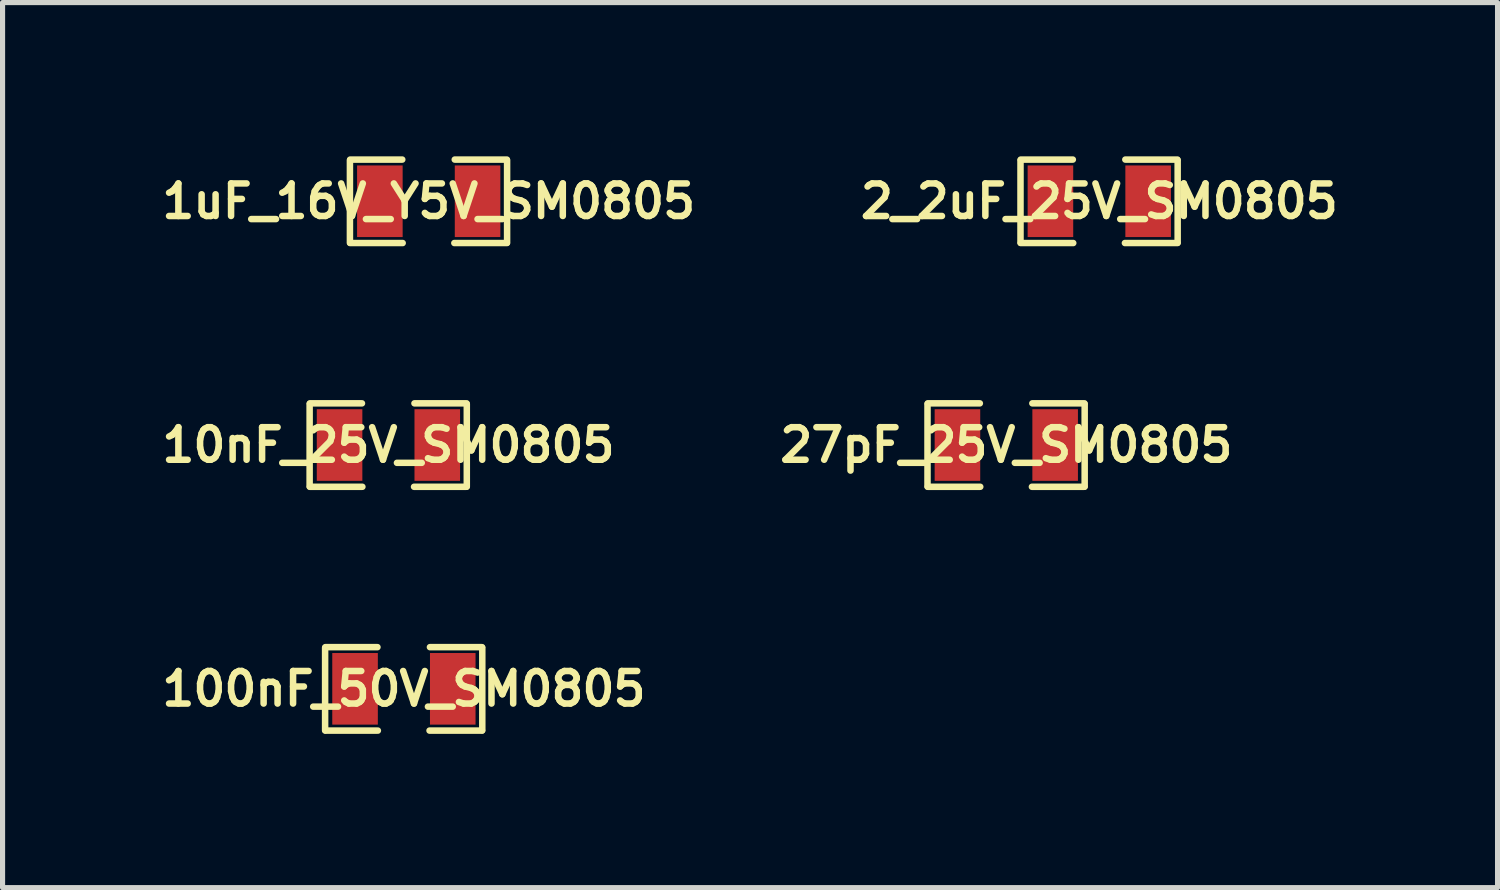
<source format=kicad_pcb>
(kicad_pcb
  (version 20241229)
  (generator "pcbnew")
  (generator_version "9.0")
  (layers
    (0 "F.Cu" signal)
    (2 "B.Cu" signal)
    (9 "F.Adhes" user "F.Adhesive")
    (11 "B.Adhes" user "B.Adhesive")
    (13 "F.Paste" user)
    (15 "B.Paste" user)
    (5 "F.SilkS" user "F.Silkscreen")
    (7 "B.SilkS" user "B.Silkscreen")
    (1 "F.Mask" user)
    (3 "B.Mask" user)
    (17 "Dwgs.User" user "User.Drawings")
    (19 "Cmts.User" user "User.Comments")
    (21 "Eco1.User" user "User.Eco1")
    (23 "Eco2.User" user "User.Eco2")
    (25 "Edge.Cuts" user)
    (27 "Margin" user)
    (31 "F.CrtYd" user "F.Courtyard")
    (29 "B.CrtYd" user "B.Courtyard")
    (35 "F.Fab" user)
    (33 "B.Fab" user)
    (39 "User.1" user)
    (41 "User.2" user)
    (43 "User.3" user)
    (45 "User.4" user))
  (footprint "100nF_50V_SM0805"
    (layer "F.Cu")
    (at 4.829 10.387)
    (property "Reference" "100nF_50V_SM0805" (at 0 0 0) (layer "F.SilkS") (effects (font (size 0.635 0.635) (thickness 0.127))))
    (attr smd)
    (fp_line (start -1.537 0.81) (end -1.537 -0.8) (stroke (width 0.127) (type solid)) (layer "F.SilkS"))
    (fp_line (start -1.532 0.815) (end -0.508 0.815) (stroke (width 0.127) (type solid)) (layer "F.SilkS"))
    (fp_line (start -0.516 -0.813) (end -1.532 -0.813) (stroke (width 0.127) (type solid)) (layer "F.SilkS"))
    (fp_line (start 0.508 -0.813) (end 1.524 -0.813) (stroke (width 0.127) (type solid)) (layer "F.SilkS"))
    (fp_line (start 1.524 0.815) (end 0.5 0.815) (stroke (width 0.127) (type solid)) (layer "F.SilkS"))
    (fp_line (start 1.529 0.81) (end 1.529 -0.8) (stroke (width 0.127) (type solid)) (layer "F.SilkS"))
    (pad "1" smd rect (at -0.953 0) (size 0.889 1.397) (layers "F.Cu" "F.Mask" "F.Paste"))
    (pad "2" smd rect (at 0.953 0) (size 0.889 1.397) (layers "F.Cu" "F.Mask" "F.Paste")))
  (footprint "10nF_25V_SM0805"
    (layer "F.Cu")
    (at 4.527 5.631)
    (property "Reference" "10nF_25V_SM0805" (at 0 0 0) (layer "F.SilkS") (effects (font (size 0.635 0.635) (thickness 0.127))))
    (attr smd)
    (fp_line (start -1.537 0.81) (end -1.537 -0.8) (stroke (width 0.127) (type solid)) (layer "F.SilkS"))
    (fp_line (start -1.532 0.815) (end -0.508 0.815) (stroke (width 0.127) (type solid)) (layer "F.SilkS"))
    (fp_line (start -0.516 -0.813) (end -1.532 -0.813) (stroke (width 0.127) (type solid)) (layer "F.SilkS"))
    (fp_line (start 0.508 -0.813) (end 1.524 -0.813) (stroke (width 0.127) (type solid)) (layer "F.SilkS"))
    (fp_line (start 1.524 0.815) (end 0.5 0.815) (stroke (width 0.127) (type solid)) (layer "F.SilkS"))
    (fp_line (start 1.529 0.81) (end 1.529 -0.8) (stroke (width 0.127) (type solid)) (layer "F.SilkS"))
    (pad "1" smd rect (at -0.953 0) (size 0.889 1.397) (layers "F.Cu" "F.Mask" "F.Paste"))
    (pad "2" smd rect (at 0.953 0) (size 0.889 1.397) (layers "F.Cu" "F.Mask" "F.Paste")))
  (footprint "27pF_25V_SM0805"
    (layer "F.Cu")
    (at 16.58 5.631)
    (property "Reference" "27pF_25V_SM0805" (at 0 0 0) (layer "F.SilkS") (effects (font (size 0.635 0.635) (thickness 0.127))))
    (attr smd)
    (fp_line (start -1.537 0.81) (end -1.537 -0.8) (stroke (width 0.127) (type solid)) (layer "F.SilkS"))
    (fp_line (start -1.532 0.815) (end -0.508 0.815) (stroke (width 0.127) (type solid)) (layer "F.SilkS"))
    (fp_line (start -0.516 -0.813) (end -1.532 -0.813) (stroke (width 0.127) (type solid)) (layer "F.SilkS"))
    (fp_line (start 0.508 -0.813) (end 1.524 -0.813) (stroke (width 0.127) (type solid)) (layer "F.SilkS"))
    (fp_line (start 1.524 0.815) (end 0.5 0.815) (stroke (width 0.127) (type solid)) (layer "F.SilkS"))
    (fp_line (start 1.529 0.81) (end 1.529 -0.8) (stroke (width 0.127) (type solid)) (layer "F.SilkS"))
    (pad "1" smd rect (at -0.953 0) (size 0.889 1.397) (layers "F.Cu" "F.Mask" "F.Paste"))
    (pad "2" smd rect (at 0.953 0) (size 0.889 1.397) (layers "F.Cu" "F.Mask" "F.Paste")))
  (footprint "1uF_16V_Y5V_SM0805"
    (layer "F.Cu")
    (at 5.313 0.876)
    (property "Reference" "1uF_16V_Y5V_SM0805" (at 0 0 0) (layer "F.SilkS") (effects (font (size 0.635 0.635) (thickness 0.127))))
    (attr smd)
    (fp_line (start -1.537 0.81) (end -1.537 -0.8) (stroke (width 0.127) (type solid)) (layer "F.SilkS"))
    (fp_line (start -1.532 0.815) (end -0.508 0.815) (stroke (width 0.127) (type solid)) (layer "F.SilkS"))
    (fp_line (start -0.516 -0.813) (end -1.532 -0.813) (stroke (width 0.127) (type solid)) (layer "F.SilkS"))
    (fp_line (start 0.508 -0.813) (end 1.524 -0.813) (stroke (width 0.127) (type solid)) (layer "F.SilkS"))
    (fp_line (start 1.524 0.815) (end 0.5 0.815) (stroke (width 0.127) (type solid)) (layer "F.SilkS"))
    (fp_line (start 1.529 0.81) (end 1.529 -0.8) (stroke (width 0.127) (type solid)) (layer "F.SilkS"))
    (pad "1" smd rect (at -0.953 0) (size 0.889 1.397) (layers "F.Cu" "F.Mask" "F.Paste"))
    (pad "2" smd rect (at 0.953 0) (size 0.889 1.397) (layers "F.Cu" "F.Mask" "F.Paste")))
  (footprint "2_2uF_25V_SM0805"
    (layer "F.Cu")
    (at 18.394 0.876)
    (property "Reference" "2_2uF_25V_SM0805" (at 0 0 0) (layer "F.SilkS") (effects (font (size 0.635 0.635) (thickness 0.127))))
    (attr smd)
    (fp_line (start -1.537 0.81) (end -1.537 -0.8) (stroke (width 0.127) (type solid)) (layer "F.SilkS"))
    (fp_line (start -1.532 0.815) (end -0.508 0.815) (stroke (width 0.127) (type solid)) (layer "F.SilkS"))
    (fp_line (start -0.516 -0.813) (end -1.532 -0.813) (stroke (width 0.127) (type solid)) (layer "F.SilkS"))
    (fp_line (start 0.508 -0.813) (end 1.524 -0.813) (stroke (width 0.127) (type solid)) (layer "F.SilkS"))
    (fp_line (start 1.524 0.815) (end 0.5 0.815) (stroke (width 0.127) (type solid)) (layer "F.SilkS"))
    (fp_line (start 1.529 0.81) (end 1.529 -0.8) (stroke (width 0.127) (type solid)) (layer "F.SilkS"))
    (pad "1" smd rect (at -0.953 0) (size 0.889 1.397) (layers "F.Cu" "F.Mask" "F.Paste"))
    (pad "2" smd rect (at 0.953 0) (size 0.889 1.397) (layers "F.Cu" "F.Mask" "F.Paste")))
  (gr_rect
    (start -3 -3)
    (end 26.163 14.265)
    (stroke (width 0.1) (type default))
    (fill no)
    (layer "Edge.Cuts")))
</source>
